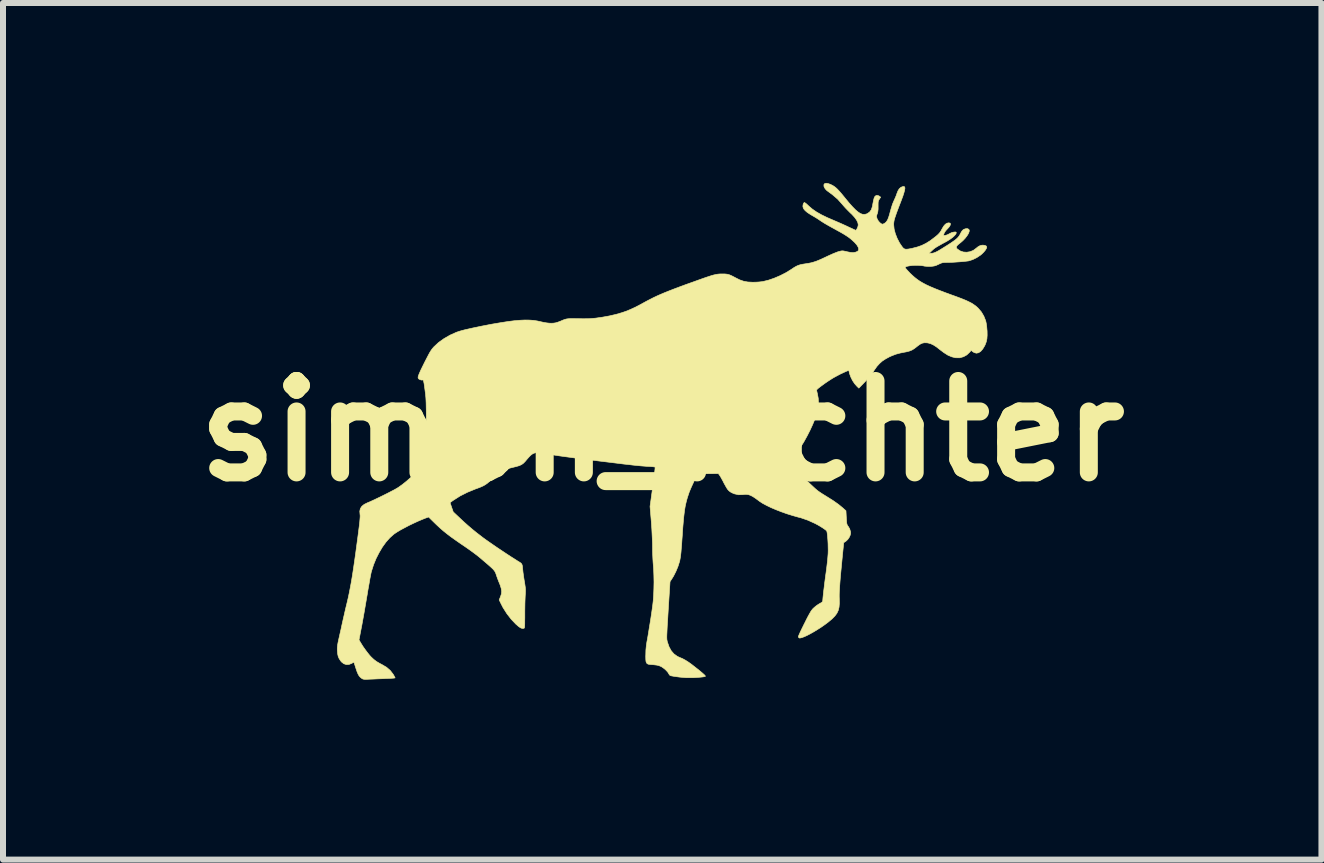
<source format=kicad_pcb>
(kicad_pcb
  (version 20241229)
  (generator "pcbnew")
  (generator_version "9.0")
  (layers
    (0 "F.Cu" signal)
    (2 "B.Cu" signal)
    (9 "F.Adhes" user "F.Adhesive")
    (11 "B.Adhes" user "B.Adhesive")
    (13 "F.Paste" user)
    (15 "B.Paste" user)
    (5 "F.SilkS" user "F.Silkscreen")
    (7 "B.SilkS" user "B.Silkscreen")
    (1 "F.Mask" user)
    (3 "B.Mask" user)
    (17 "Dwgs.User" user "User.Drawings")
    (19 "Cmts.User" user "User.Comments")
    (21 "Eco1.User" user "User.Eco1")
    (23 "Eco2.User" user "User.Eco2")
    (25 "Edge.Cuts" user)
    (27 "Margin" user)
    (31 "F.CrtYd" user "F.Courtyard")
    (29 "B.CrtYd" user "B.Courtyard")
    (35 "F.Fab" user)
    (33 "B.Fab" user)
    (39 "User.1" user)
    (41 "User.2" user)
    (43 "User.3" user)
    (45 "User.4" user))
  (footprint "simon_richter"
    (layer "F.Cu")
    (at 7.99 4.136)
    (property "Reference" "simon_richter" (at 0 0 0) (layer "F.SilkS") (effects (font (size 1.524 1.524) (thickness 0.3))))
    (attr through_hole)
    (fp_poly (pts (xy 2.765 -4.126) (xy 2.808 -4.111) (xy 2.815 -4.107) (xy 2.843 -4.093) (xy 2.868 -4.077) (xy 2.893 -4.058) (xy 2.92 -4.033) (xy 2.95 -4.001) (xy 2.986 -3.96) (xy 3.029 -3.908) (xy 3.058 -3.872) (xy 3.12 -3.797) (xy 3.175 -3.736) (xy 3.223 -3.687) (xy 3.265 -3.652) (xy 3.303 -3.627) (xy 3.338 -3.614) (xy 3.371 -3.611) (xy 3.402 -3.618) (xy 3.42 -3.625) (xy 3.459 -3.653) (xy 3.486 -3.69) (xy 3.502 -3.739) (xy 3.505 -3.749) (xy 3.511 -3.787) (xy 3.519 -3.827) (xy 3.522 -3.843) (xy 3.533 -3.886) (xy 3.547 -3.913) (xy 3.566 -3.926) (xy 3.581 -3.929) (xy 3.606 -3.923) (xy 3.624 -3.913) (xy 3.642 -3.898) (xy 3.62 -3.866) (xy 3.61 -3.849) (xy 3.604 -3.834) (xy 3.6 -3.814) (xy 3.599 -3.787) (xy 3.599 -3.747) (xy 3.599 -3.698) (xy 3.595 -3.662) (xy 3.589 -3.635) (xy 3.587 -3.63) (xy 3.578 -3.604) (xy 3.573 -3.58) (xy 3.573 -3.577) (xy 3.58 -3.545) (xy 3.598 -3.51) (xy 3.623 -3.479) (xy 3.637 -3.467) (xy 3.657 -3.453) (xy 3.67 -3.448) (xy 3.684 -3.452) (xy 3.696 -3.457) (xy 3.72 -3.472) (xy 3.74 -3.493) (xy 3.758 -3.522) (xy 3.774 -3.562) (xy 3.791 -3.616) (xy 3.796 -3.637) (xy 3.812 -3.695) (xy 3.826 -3.741) (xy 3.837 -3.777) (xy 3.849 -3.807) (xy 3.861 -3.835) (xy 3.871 -3.857) (xy 3.885 -3.888) (xy 3.901 -3.926) (xy 3.911 -3.956) (xy 3.93 -4.004) (xy 3.951 -4.038) (xy 3.975 -4.06) (xy 3.993 -4.069) (xy 4.016 -4.077) (xy 4.033 -4.076) (xy 4.043 -4.067) (xy 4.046 -4.047) (xy 4.041 -4.016) (xy 4.03 -3.973) (xy 4.012 -3.917) (xy 3.986 -3.847) (xy 3.98 -3.831) (xy 3.949 -3.751) (xy 3.924 -3.685) (xy 3.904 -3.631) (xy 3.889 -3.587) (xy 3.877 -3.552) (xy 3.869 -3.524) (xy 3.864 -3.5) (xy 3.861 -3.479) (xy 3.859 -3.46) (xy 3.859 -3.44) (xy 3.859 -3.437) (xy 3.866 -3.367) (xy 3.886 -3.291) (xy 3.917 -3.212) (xy 3.957 -3.135) (xy 3.997 -3.076) (xy 4.014 -3.055) (xy 4.03 -3.041) (xy 4.048 -3.033) (xy 4.071 -3.031) (xy 4.103 -3.034) (xy 4.147 -3.042) (xy 4.17 -3.047) (xy 4.252 -3.068) (xy 4.326 -3.094) (xy 4.397 -3.129) (xy 4.469 -3.174) (xy 4.544 -3.231) (xy 4.566 -3.248) (xy 4.6 -3.278) (xy 4.625 -3.305) (xy 4.646 -3.335) (xy 4.664 -3.369) (xy 4.692 -3.416) (xy 4.719 -3.447) (xy 4.746 -3.465) (xy 4.776 -3.471) (xy 4.778 -3.471) (xy 4.799 -3.466) (xy 4.806 -3.453) (xy 4.801 -3.431) (xy 4.783 -3.402) (xy 4.753 -3.368) (xy 4.746 -3.362) (xy 4.724 -3.337) (xy 4.706 -3.31) (xy 4.695 -3.286) (xy 4.691 -3.268) (xy 4.694 -3.262) (xy 4.707 -3.26) (xy 4.729 -3.264) (xy 4.756 -3.273) (xy 4.783 -3.287) (xy 4.789 -3.291) (xy 4.827 -3.309) (xy 4.862 -3.317) (xy 4.886 -3.319) (xy 4.898 -3.316) (xy 4.902 -3.309) (xy 4.902 -3.303) (xy 4.895 -3.284) (xy 4.874 -3.259) (xy 4.843 -3.23) (xy 4.802 -3.2) (xy 4.755 -3.17) (xy 4.725 -3.153) (xy 4.669 -3.123) (xy 4.625 -3.098) (xy 4.591 -3.079) (xy 4.565 -3.063) (xy 4.544 -3.049) (xy 4.527 -3.036) (xy 4.51 -3.021) (xy 4.497 -3.009) (xy 4.449 -2.964) (xy 4.487 -2.964) (xy 4.509 -2.965) (xy 4.531 -2.971) (xy 4.557 -2.981) (xy 4.59 -2.997) (xy 4.631 -3.021) (xy 4.678 -3.05) (xy 4.747 -3.093) (xy 4.803 -3.129) (xy 4.847 -3.159) (xy 4.882 -3.184) (xy 4.91 -3.207) (xy 4.931 -3.228) (xy 4.947 -3.248) (xy 4.961 -3.27) (xy 4.973 -3.294) (xy 4.991 -3.326) (xy 5.007 -3.347) (xy 5.026 -3.361) (xy 5.031 -3.364) (xy 5.063 -3.374) (xy 5.091 -3.374) (xy 5.111 -3.363) (xy 5.119 -3.349) (xy 5.117 -3.324) (xy 5.104 -3.291) (xy 5.081 -3.254) (xy 5.05 -3.214) (xy 5.013 -3.175) (xy 4.972 -3.139) (xy 4.961 -3.131) (xy 4.928 -3.104) (xy 4.909 -3.082) (xy 4.903 -3.064) (xy 4.909 -3.047) (xy 4.921 -3.034) (xy 4.967 -3.003) (xy 5.019 -2.985) (xy 5.076 -2.981) (xy 5.133 -2.99) (xy 5.187 -3.012) (xy 5.23 -3.044) (xy 5.266 -3.073) (xy 5.297 -3.09) (xy 5.328 -3.098) (xy 5.348 -3.099) (xy 5.38 -3.095) (xy 5.402 -3.084) (xy 5.41 -3.067) (xy 5.41 -3.066) (xy 5.404 -3.044) (xy 5.387 -3.016) (xy 5.361 -2.984) (xy 5.331 -2.954) (xy 5.306 -2.933) (xy 5.243 -2.891) (xy 5.178 -2.859) (xy 5.117 -2.839) (xy 5.105 -2.836) (xy 5.072 -2.832) (xy 5.026 -2.827) (xy 4.971 -2.822) (xy 4.912 -2.818) (xy 4.853 -2.814) (xy 4.797 -2.812) (xy 4.75 -2.811) (xy 4.746 -2.811) (xy 4.707 -2.81) (xy 4.679 -2.808) (xy 4.655 -2.801) (xy 4.628 -2.79) (xy 4.607 -2.78) (xy 4.568 -2.762) (xy 4.535 -2.752) (xy 4.5 -2.747) (xy 4.477 -2.745) (xy 4.425 -2.745) (xy 4.375 -2.749) (xy 4.358 -2.753) (xy 4.318 -2.759) (xy 4.272 -2.762) (xy 4.224 -2.763) (xy 4.175 -2.761) (xy 4.131 -2.756) (xy 4.093 -2.749) (xy 4.065 -2.741) (xy 4.05 -2.731) (xy 4.049 -2.729) (xy 4.054 -2.719) (xy 4.068 -2.701) (xy 4.091 -2.675) (xy 4.119 -2.645) (xy 4.129 -2.634) (xy 4.169 -2.596) (xy 4.209 -2.561) (xy 4.251 -2.528) (xy 4.296 -2.497) (xy 4.347 -2.467) (xy 4.404 -2.437) (xy 4.469 -2.407) (xy 4.545 -2.375) (xy 4.631 -2.341) (xy 4.731 -2.303) (xy 4.846 -2.261) (xy 4.847 -2.261) (xy 4.934 -2.229) (xy 5.007 -2.201) (xy 5.068 -2.176) (xy 5.118 -2.152) (xy 5.161 -2.13) (xy 5.197 -2.106) (xy 5.23 -2.082) (xy 5.26 -2.055) (xy 5.27 -2.045) (xy 5.321 -1.985) (xy 5.362 -1.915) (xy 5.391 -1.842) (xy 5.397 -1.819) (xy 5.403 -1.788) (xy 5.409 -1.746) (xy 5.413 -1.699) (xy 5.416 -1.668) (xy 5.417 -1.597) (xy 5.413 -1.538) (xy 5.402 -1.487) (xy 5.384 -1.439) (xy 5.376 -1.422) (xy 5.343 -1.367) (xy 5.309 -1.328) (xy 5.273 -1.305) (xy 5.237 -1.298) (xy 5.201 -1.308) (xy 5.174 -1.325) (xy 5.151 -1.345) (xy 5.121 -1.31) (xy 5.077 -1.269) (xy 5.023 -1.239) (xy 4.966 -1.223) (xy 4.953 -1.221) (xy 4.891 -1.222) (xy 4.828 -1.237) (xy 4.762 -1.265) (xy 4.693 -1.309) (xy 4.627 -1.359) (xy 4.571 -1.403) (xy 4.521 -1.435) (xy 4.476 -1.456) (xy 4.433 -1.468) (xy 4.412 -1.471) (xy 4.369 -1.472) (xy 4.332 -1.464) (xy 4.296 -1.446) (xy 4.255 -1.416) (xy 4.248 -1.41) (xy 4.203 -1.375) (xy 4.162 -1.35) (xy 4.119 -1.333) (xy 4.068 -1.32) (xy 4.045 -1.316) (xy 3.965 -1.3) (xy 3.895 -1.281) (xy 3.83 -1.256) (xy 3.789 -1.238) (xy 3.724 -1.203) (xy 3.669 -1.167) (xy 3.622 -1.125) (xy 3.578 -1.076) (xy 3.535 -1.015) (xy 3.514 -0.981) (xy 3.494 -0.953) (xy 3.465 -0.917) (xy 3.43 -0.876) (xy 3.393 -0.835) (xy 3.377 -0.818) (xy 3.278 -0.715) (xy 3.247 -0.745) (xy 3.208 -0.789) (xy 3.172 -0.843) (xy 3.143 -0.902) (xy 3.122 -0.96) (xy 3.114 -0.997) (xy 3.112 -1.005) (xy 3.108 -1.008) (xy 3.098 -1.007) (xy 3.081 -1.001) (xy 3.053 -0.989) (xy 3.021 -0.974) (xy 2.973 -0.952) (xy 2.92 -0.924) (xy 2.868 -0.896) (xy 2.842 -0.881) (xy 2.801 -0.855) (xy 2.758 -0.827) (xy 2.714 -0.797) (xy 2.673 -0.767) (xy 2.636 -0.74) (xy 2.605 -0.716) (xy 2.584 -0.697) (xy 2.574 -0.685) (xy 2.574 -0.684) (xy 2.576 -0.67) (xy 2.581 -0.646) (xy 2.586 -0.627) (xy 2.601 -0.546) (xy 2.605 -0.462) (xy 2.599 -0.381) (xy 2.595 -0.364) (xy 2.576 -0.288) (xy 2.547 -0.203) (xy 2.509 -0.111) (xy 2.465 -0.015) (xy 2.415 0.083) (xy 2.362 0.179) (xy 2.305 0.271) (xy 2.248 0.355) (xy 2.192 0.429) (xy 2.18 0.443) (xy 2.124 0.509) (xy 2.173 0.574) (xy 2.196 0.603) (xy 2.23 0.641) (xy 2.272 0.686) (xy 2.318 0.735) (xy 2.368 0.785) (xy 2.419 0.836) (xy 2.469 0.884) (xy 2.515 0.927) (xy 2.554 0.963) (xy 2.586 0.99) (xy 2.595 0.997) (xy 2.626 1.019) (xy 2.667 1.046) (xy 2.712 1.074) (xy 2.751 1.098) (xy 2.851 1.161) (xy 2.94 1.224) (xy 3.015 1.286) (xy 3.019 1.29) (xy 3.063 1.329) (xy 3.069 1.443) (xy 3.072 1.49) (xy 3.074 1.523) (xy 3.078 1.546) (xy 3.083 1.562) (xy 3.089 1.575) (xy 3.099 1.588) (xy 3.1 1.588) (xy 3.125 1.631) (xy 3.139 1.678) (xy 3.141 1.702) (xy 3.134 1.736) (xy 3.117 1.773) (xy 3.093 1.808) (xy 3.064 1.835) (xy 3.063 1.836) (xy 3.026 1.861) (xy 3.011 2.008) (xy 2.998 2.139) (xy 2.987 2.255) (xy 2.977 2.356) (xy 2.969 2.444) (xy 2.963 2.52) (xy 2.958 2.586) (xy 2.955 2.642) (xy 2.952 2.689) (xy 2.951 2.729) (xy 2.951 2.764) (xy 2.952 2.793) (xy 2.952 2.799) (xy 2.953 2.873) (xy 2.948 2.935) (xy 2.935 2.989) (xy 2.912 3.038) (xy 2.878 3.084) (xy 2.832 3.131) (xy 2.772 3.181) (xy 2.765 3.187) (xy 2.707 3.23) (xy 2.647 3.272) (xy 2.584 3.312) (xy 2.523 3.349) (xy 2.464 3.382) (xy 2.41 3.41) (xy 2.363 3.431) (xy 2.324 3.445) (xy 2.296 3.451) (xy 2.285 3.45) (xy 2.272 3.438) (xy 2.269 3.428) (xy 2.273 3.416) (xy 2.283 3.392) (xy 2.299 3.356) (xy 2.32 3.312) (xy 2.345 3.261) (xy 2.372 3.206) (xy 2.375 3.201) (xy 2.406 3.138) (xy 2.432 3.088) (xy 2.453 3.05) (xy 2.47 3.02) (xy 2.484 2.997) (xy 2.498 2.979) (xy 2.511 2.963) (xy 2.526 2.949) (xy 2.531 2.944) (xy 2.562 2.918) (xy 2.597 2.893) (xy 2.627 2.875) (xy 2.628 2.874) (xy 2.659 2.857) (xy 2.674 2.842) (xy 2.675 2.836) (xy 2.677 2.815) (xy 2.68 2.778) (xy 2.685 2.731) (xy 2.691 2.674) (xy 2.699 2.61) (xy 2.707 2.542) (xy 2.716 2.473) (xy 2.725 2.405) (xy 2.731 2.363) (xy 2.74 2.297) (xy 2.748 2.228) (xy 2.756 2.162) (xy 2.761 2.102) (xy 2.765 2.052) (xy 2.766 2.037) (xy 2.767 1.989) (xy 2.766 1.936) (xy 2.765 1.881) (xy 2.762 1.826) (xy 2.758 1.774) (xy 2.754 1.729) (xy 2.749 1.693) (xy 2.744 1.671) (xy 2.743 1.667) (xy 2.731 1.655) (xy 2.708 1.637) (xy 2.676 1.615) (xy 2.638 1.591) (xy 2.597 1.567) (xy 2.556 1.545) (xy 2.542 1.538) (xy 2.427 1.486) (xy 2.311 1.446) (xy 2.267 1.435) (xy 2.175 1.409) (xy 2.081 1.38) (xy 1.988 1.347) (xy 1.898 1.312) (xy 1.813 1.276) (xy 1.737 1.239) (xy 1.672 1.204) (xy 1.62 1.17) (xy 1.61 1.162) (xy 1.556 1.122) (xy 1.512 1.093) (xy 1.474 1.073) (xy 1.44 1.061) (xy 1.406 1.056) (xy 1.369 1.057) (xy 1.347 1.06) (xy 1.273 1.062) (xy 1.204 1.047) (xy 1.163 1.03) (xy 1.135 1.014) (xy 1.112 0.996) (xy 1.091 0.973) (xy 1.07 0.941) (xy 1.046 0.898) (xy 1.029 0.867) (xy 1.009 0.827) (xy 0.988 0.79) (xy 0.971 0.759) (xy 0.959 0.741) (xy 0.936 0.709) (xy 0.771 0.711) (xy 0.704 0.712) (xy 0.652 0.714) (xy 0.617 0.717) (xy 0.597 0.72) (xy 0.594 0.722) (xy 0.584 0.735) (xy 0.569 0.761) (xy 0.55 0.797) (xy 0.529 0.84) (xy 0.507 0.887) (xy 0.485 0.935) (xy 0.465 0.982) (xy 0.448 1.024) (xy 0.437 1.057) (xy 0.42 1.108) (xy 0.406 1.157) (xy 0.394 1.206) (xy 0.383 1.256) (xy 0.374 1.31) (xy 0.366 1.371) (xy 0.358 1.439) (xy 0.351 1.517) (xy 0.343 1.608) (xy 0.336 1.713) (xy 0.335 1.731) (xy 0.328 1.824) (xy 0.323 1.902) (xy 0.317 1.967) (xy 0.313 2.02) (xy 0.308 2.064) (xy 0.303 2.101) (xy 0.298 2.131) (xy 0.293 2.158) (xy 0.287 2.181) (xy 0.262 2.259) (xy 0.228 2.341) (xy 0.189 2.418) (xy 0.168 2.452) (xy 0.13 2.511) (xy 0.1 2.985) (xy 0.094 3.086) (xy 0.089 3.172) (xy 0.084 3.244) (xy 0.081 3.304) (xy 0.079 3.352) (xy 0.077 3.391) (xy 0.076 3.422) (xy 0.076 3.446) (xy 0.077 3.465) (xy 0.078 3.48) (xy 0.081 3.493) (xy 0.083 3.505) (xy 0.086 3.516) (xy 0.114 3.597) (xy 0.15 3.663) (xy 0.195 3.715) (xy 0.25 3.755) (xy 0.285 3.772) (xy 0.338 3.794) (xy 0.386 3.82) (xy 0.435 3.851) (xy 0.49 3.89) (xy 0.515 3.91) (xy 0.579 3.96) (xy 0.63 4.001) (xy 0.669 4.034) (xy 0.696 4.058) (xy 0.713 4.075) (xy 0.72 4.086) (xy 0.718 4.09) (xy 0.701 4.095) (xy 0.67 4.1) (xy 0.629 4.104) (xy 0.581 4.108) (xy 0.53 4.111) (xy 0.479 4.112) (xy 0.431 4.112) (xy 0.394 4.111) (xy 0.343 4.107) (xy 0.289 4.102) (xy 0.236 4.095) (xy 0.189 4.088) (xy 0.151 4.081) (xy 0.134 4.076) (xy 0.121 4.066) (xy 0.11 4.048) (xy 0.093 4.02) (xy 0.065 3.989) (xy 0.031 3.959) (xy -0.006 3.933) (xy -0.025 3.923) (xy -0.055 3.911) (xy -0.086 3.903) (xy -0.126 3.898) (xy -0.154 3.895) (xy -0.197 3.892) (xy -0.228 3.888) (xy -0.25 3.879) (xy -0.263 3.863) (xy -0.271 3.839) (xy -0.274 3.804) (xy -0.275 3.754) (xy -0.274 3.731) (xy -0.272 3.65) (xy -0.265 3.579) (xy -0.256 3.518) (xy -0.248 3.476) (xy -0.238 3.419) (xy -0.227 3.352) (xy -0.215 3.277) (xy -0.202 3.198) (xy -0.189 3.116) (xy -0.177 3.036) (xy -0.166 2.959) (xy -0.16 2.917) (xy -0.15 2.831) (xy -0.143 2.733) (xy -0.139 2.627) (xy -0.137 2.518) (xy -0.139 2.411) (xy -0.143 2.309) (xy -0.147 2.255) (xy -0.152 2.193) (xy -0.156 2.125) (xy -0.159 2.057) (xy -0.161 1.996) (xy -0.161 1.971) (xy -0.162 1.872) (xy -0.167 1.76) (xy -0.173 1.638) (xy -0.182 1.508) (xy -0.191 1.401) (xy -0.203 1.257) (xy -0.158 0.931) (xy -0.146 0.85) (xy -0.137 0.778) (xy -0.129 0.716) (xy -0.124 0.666) (xy -0.12 0.629) (xy -0.119 0.607) (xy -0.12 0.6) (xy -0.131 0.598) (xy -0.156 0.595) (xy -0.19 0.592) (xy -0.228 0.59) (xy -0.264 0.588) (xy -0.301 0.585) (xy -0.342 0.582) (xy -0.386 0.578) (xy -0.436 0.573) (xy -0.494 0.567) (xy -0.559 0.559) (xy -0.635 0.551) (xy -0.722 0.54) (xy -0.821 0.528) (xy -0.935 0.514) (xy -1.058 0.499) (xy -1.207 0.48) (xy -1.339 0.464) (xy -1.456 0.449) (xy -1.559 0.435) (xy -1.649 0.423) (xy -1.726 0.412) (xy -1.791 0.402) (xy -1.846 0.393) (xy -1.892 0.385) (xy -1.928 0.378) (xy -1.952 0.373) (xy -2.013 0.36) (xy -2.064 0.356) (xy -2.109 0.361) (xy -2.136 0.369) (xy -2.155 0.377) (xy -2.174 0.389) (xy -2.196 0.407) (xy -2.221 0.433) (xy -2.253 0.469) (xy -2.284 0.506) (xy -2.312 0.535) (xy -2.343 0.558) (xy -2.381 0.576) (xy -2.431 0.591) (xy -2.468 0.6) (xy -2.54 0.618) (xy -2.604 0.641) (xy -2.664 0.67) (xy -2.723 0.707) (xy -2.784 0.755) (xy -2.845 0.808) (xy -2.886 0.845) (xy -2.92 0.874) (xy -2.952 0.896) (xy -2.986 0.915) (xy -3.026 0.933) (xy -3.075 0.952) (xy -3.109 0.964) (xy -3.246 1.02) (xy -3.369 1.082) (xy -3.482 1.154) (xy -3.498 1.165) (xy -3.537 1.194) (xy -3.511 1.271) (xy -3.484 1.348) (xy -3.378 1.448) (xy -3.301 1.52) (xy -3.231 1.582) (xy -3.163 1.64) (xy -3.093 1.697) (xy -3.016 1.756) (xy -2.993 1.774) (xy -2.948 1.807) (xy -2.891 1.847) (xy -2.826 1.892) (xy -2.755 1.941) (xy -2.68 1.991) (xy -2.605 2.041) (xy -2.532 2.089) (xy -2.464 2.132) (xy -2.405 2.17) (xy -2.403 2.171) (xy -2.375 2.188) (xy -2.355 2.202) (xy -2.343 2.216) (xy -2.335 2.234) (xy -2.33 2.26) (xy -2.327 2.296) (xy -2.324 2.324) (xy -2.321 2.354) (xy -2.315 2.396) (xy -2.308 2.445) (xy -2.3 2.496) (xy -2.297 2.51) (xy -2.289 2.563) (xy -2.283 2.604) (xy -2.28 2.638) (xy -2.28 2.67) (xy -2.281 2.705) (xy -2.283 2.731) (xy -2.285 2.766) (xy -2.287 2.814) (xy -2.289 2.873) (xy -2.29 2.936) (xy -2.291 3.002) (xy -2.291 3.04) (xy -2.291 3.11) (xy -2.292 3.166) (xy -2.292 3.209) (xy -2.293 3.24) (xy -2.294 3.261) (xy -2.296 3.275) (xy -2.299 3.283) (xy -2.303 3.287) (xy -2.308 3.288) (xy -2.314 3.29) (xy -2.315 3.29) (xy -2.337 3.29) (xy -2.363 3.28) (xy -2.395 3.258) (xy -2.435 3.223) (xy -2.438 3.221) (xy -2.517 3.138) (xy -2.59 3.044) (xy -2.654 2.943) (xy -2.685 2.883) (xy -2.718 2.815) (xy -2.696 2.761) (xy -2.681 2.715) (xy -2.677 2.671) (xy -2.684 2.624) (xy -2.701 2.57) (xy -2.711 2.544) (xy -2.729 2.501) (xy -2.747 2.453) (xy -2.763 2.408) (xy -2.764 2.405) (xy -2.772 2.38) (xy -2.78 2.36) (xy -2.79 2.341) (xy -2.803 2.323) (xy -2.821 2.302) (xy -2.845 2.279) (xy -2.877 2.25) (xy -2.918 2.214) (xy -2.971 2.169) (xy -2.983 2.159) (xy -3.027 2.121) (xy -3.067 2.088) (xy -3.107 2.057) (xy -3.147 2.027) (xy -3.192 1.994) (xy -3.244 1.957) (xy -3.305 1.915) (xy -3.357 1.88) (xy -3.446 1.818) (xy -3.522 1.764) (xy -3.589 1.713) (xy -3.65 1.664) (xy -3.706 1.615) (xy -3.762 1.563) (xy -3.79 1.536) (xy -3.895 1.433) (xy -3.95 1.453) (xy -4.01 1.477) (xy -4.078 1.506) (xy -4.149 1.539) (xy -4.222 1.574) (xy -4.292 1.611) (xy -4.358 1.646) (xy -4.415 1.68) (xy -4.461 1.71) (xy -4.478 1.723) (xy -4.542 1.78) (xy -4.605 1.851) (xy -4.665 1.934) (xy -4.72 2.027) (xy -4.77 2.125) (xy -4.812 2.228) (xy -4.845 2.331) (xy -4.851 2.352) (xy -4.856 2.375) (xy -4.863 2.412) (xy -4.873 2.462) (xy -4.883 2.521) (xy -4.895 2.589) (xy -4.908 2.661) (xy -4.92 2.737) (xy -4.923 2.752) (xy -4.937 2.835) (xy -4.952 2.922) (xy -4.967 3.01) (xy -4.982 3.094) (xy -4.996 3.171) (xy -5.008 3.238) (xy -5.017 3.284) (xy -5.055 3.482) (xy -5.021 3.539) (xy -4.99 3.589) (xy -4.952 3.643) (xy -4.913 3.695) (xy -4.876 3.741) (xy -4.85 3.769) (xy -4.807 3.809) (xy -4.762 3.843) (xy -4.709 3.874) (xy -4.671 3.894) (xy -4.596 3.938) (xy -4.534 3.992) (xy -4.486 4.054) (xy -4.483 4.059) (xy -4.468 4.085) (xy -4.458 4.105) (xy -4.453 4.115) (xy -4.453 4.115) (xy -4.461 4.117) (xy -4.484 4.12) (xy -4.518 4.122) (xy -4.561 4.124) (xy -4.611 4.126) (xy -4.612 4.126) (xy -4.672 4.129) (xy -4.735 4.131) (xy -4.796 4.134) (xy -4.849 4.136) (xy -4.877 4.137) (xy -4.921 4.139) (xy -4.952 4.14) (xy -4.973 4.138) (xy -4.988 4.135) (xy -5.001 4.129) (xy -5.012 4.122) (xy -5.035 4.103) (xy -5.054 4.081) (xy -5.071 4.051) (xy -5.088 4.011) (xy -5.106 3.958) (xy -5.109 3.949) (xy -5.14 3.852) (xy -5.176 3.873) (xy -5.222 3.891) (xy -5.267 3.893) (xy -5.309 3.879) (xy -5.347 3.849) (xy -5.361 3.832) (xy -5.386 3.794) (xy -5.402 3.757) (xy -5.411 3.715) (xy -5.416 3.666) (xy -5.417 3.633) (xy -5.416 3.602) (xy -5.412 3.568) (xy -5.405 3.528) (xy -5.394 3.476) (xy -5.394 3.476) (xy -5.383 3.428) (xy -5.37 3.369) (xy -5.355 3.304) (xy -5.341 3.238) (xy -5.33 3.188) (xy -5.315 3.122) (xy -5.298 3.048) (xy -5.281 2.973) (xy -5.264 2.903) (xy -5.254 2.862) (xy -5.237 2.789) (xy -5.22 2.71) (xy -5.203 2.623) (xy -5.185 2.527) (xy -5.167 2.421) (xy -5.149 2.304) (xy -5.13 2.175) (xy -5.11 2.033) (xy -5.089 1.876) (xy -5.066 1.704) (xy -5.06 1.655) (xy -5.05 1.579) (xy -5.043 1.517) (xy -5.039 1.469) (xy -5.036 1.432) (xy -5.036 1.406) (xy -5.038 1.389) (xy -5.042 1.336) (xy -5.032 1.292) (xy -5.008 1.255) (xy -4.969 1.223) (xy -4.914 1.196) (xy -4.91 1.194) (xy -4.873 1.179) (xy -4.825 1.157) (xy -4.77 1.131) (xy -4.709 1.102) (xy -4.646 1.071) (xy -4.584 1.04) (xy -4.526 1.01) (xy -4.474 0.983) (xy -4.431 0.959) (xy -4.401 0.941) (xy -4.398 0.939) (xy -4.331 0.891) (xy -4.261 0.835) (xy -4.192 0.774) (xy -4.129 0.711) (xy -4.073 0.65) (xy -4.028 0.592) (xy -4.022 0.583) (xy -4.004 0.555) (xy -3.989 0.528) (xy -3.976 0.5) (xy -3.965 0.47) (xy -3.956 0.436) (xy -3.949 0.397) (xy -3.944 0.352) (xy -3.939 0.298) (xy -3.936 0.234) (xy -3.935 0.159) (xy -3.933 0.071) (xy -3.933 -0.032) (xy -3.933 -0.11) (xy -3.933 -0.209) (xy -3.933 -0.292) (xy -3.934 -0.362) (xy -3.935 -0.421) (xy -3.936 -0.471) (xy -3.938 -0.513) (xy -3.94 -0.55) (xy -3.943 -0.583) (xy -3.946 -0.615) (xy -3.948 -0.631) (xy -3.957 -0.699) (xy -3.964 -0.752) (xy -3.97 -0.792) (xy -3.976 -0.82) (xy -3.98 -0.838) (xy -3.985 -0.848) (xy -3.99 -0.852) (xy -3.994 -0.851) (xy -4.014 -0.85) (xy -4.038 -0.857) (xy -4.059 -0.869) (xy -4.068 -0.881) (xy -4.07 -0.892) (xy -4.069 -0.905) (xy -4.064 -0.923) (xy -4.055 -0.947) (xy -4.041 -0.98) (xy -4.022 -1.022) (xy -3.996 -1.075) (xy -3.963 -1.142) (xy -3.957 -1.154) (xy -3.925 -1.216) (xy -3.899 -1.266) (xy -3.878 -1.305) (xy -3.859 -1.336) (xy -3.843 -1.36) (xy -3.826 -1.381) (xy -3.809 -1.401) (xy -3.808 -1.402) (xy -3.73 -1.475) (xy -3.638 -1.541) (xy -3.537 -1.599) (xy -3.43 -1.647) (xy -3.382 -1.663) (xy -3.348 -1.673) (xy -3.299 -1.686) (xy -3.238 -1.7) (xy -3.168 -1.716) (xy -3.091 -1.732) (xy -3.01 -1.749) (xy -2.927 -1.765) (xy -2.845 -1.781) (xy -2.815 -1.786) (xy -2.685 -1.808) (xy -2.569 -1.826) (xy -2.466 -1.839) (xy -2.373 -1.847) (xy -2.291 -1.851) (xy -2.216 -1.85) (xy -2.146 -1.845) (xy -2.082 -1.835) (xy -2.019 -1.821) (xy -2.015 -1.82) (xy -1.974 -1.811) (xy -1.926 -1.803) (xy -1.881 -1.798) (xy -1.88 -1.798) (xy -1.843 -1.797) (xy -1.81 -1.799) (xy -1.777 -1.804) (xy -1.74 -1.815) (xy -1.695 -1.832) (xy -1.651 -1.851) (xy -1.632 -1.858) (xy -1.613 -1.864) (xy -1.592 -1.869) (xy -1.568 -1.872) (xy -1.537 -1.874) (xy -1.498 -1.874) (xy -1.448 -1.874) (xy -1.385 -1.873) (xy -1.317 -1.872) (xy -1.219 -1.873) (xy -1.111 -1.882) (xy -0.998 -1.898) (xy -0.882 -1.919) (xy -0.77 -1.945) (xy -0.673 -1.973) (xy -0.597 -1.999) (xy -0.523 -2.03) (xy -0.445 -2.066) (xy -0.359 -2.111) (xy -0.314 -2.136) (xy -0.257 -2.167) (xy -0.201 -2.196) (xy -0.146 -2.224) (xy -0.089 -2.251) (xy -0.028 -2.278) (xy 0.038 -2.306) (xy 0.111 -2.335) (xy 0.193 -2.367) (xy 0.286 -2.402) (xy 0.391 -2.441) (xy 0.501 -2.48) (xy 0.59 -2.512) (xy 0.665 -2.539) (xy 0.728 -2.561) (xy 0.78 -2.578) (xy 0.823 -2.592) (xy 0.859 -2.602) (xy 0.89 -2.609) (xy 0.916 -2.614) (xy 0.941 -2.617) (xy 0.966 -2.619) (xy 0.992 -2.619) (xy 0.995 -2.619) (xy 1.042 -2.619) (xy 1.081 -2.615) (xy 1.117 -2.606) (xy 1.155 -2.59) (xy 1.2 -2.567) (xy 1.228 -2.552) (xy 1.292 -2.52) (xy 1.356 -2.498) (xy 1.425 -2.485) (xy 1.504 -2.481) (xy 1.517 -2.481) (xy 1.565 -2.482) (xy 1.615 -2.485) (xy 1.661 -2.49) (xy 1.684 -2.494) (xy 1.774 -2.516) (xy 1.869 -2.549) (xy 1.967 -2.591) (xy 2.061 -2.639) (xy 2.149 -2.693) (xy 2.155 -2.697) (xy 2.198 -2.726) (xy 2.233 -2.746) (xy 2.265 -2.761) (xy 2.299 -2.772) (xy 2.34 -2.781) (xy 2.392 -2.789) (xy 2.398 -2.79) (xy 2.443 -2.797) (xy 2.483 -2.805) (xy 2.522 -2.816) (xy 2.563 -2.829) (xy 2.608 -2.847) (xy 2.661 -2.87) (xy 2.725 -2.9) (xy 2.748 -2.911) (xy 2.798 -2.934) (xy 2.847 -2.956) (xy 2.892 -2.974) (xy 2.928 -2.988) (xy 2.95 -2.994) (xy 2.977 -3.001) (xy 2.998 -3.004) (xy 3.019 -3.003) (xy 3.044 -2.998) (xy 3.08 -2.99) (xy 3.082 -2.989) (xy 3.138 -2.978) (xy 3.184 -2.975) (xy 3.224 -2.982) (xy 3.253 -2.994) (xy 3.272 -3.011) (xy 3.276 -3.036) (xy 3.266 -3.067) (xy 3.244 -3.103) (xy 3.209 -3.143) (xy 3.168 -3.181) (xy 3.137 -3.208) (xy 3.104 -3.233) (xy 3.068 -3.257) (xy 3.025 -3.284) (xy 2.975 -3.313) (xy 2.913 -3.347) (xy 2.857 -3.378) (xy 2.806 -3.406) (xy 2.755 -3.435) (xy 2.708 -3.462) (xy 2.67 -3.486) (xy 2.642 -3.504) (xy 2.639 -3.506) (xy 2.604 -3.53) (xy 2.567 -3.554) (xy 2.535 -3.573) (xy 2.533 -3.574) (xy 2.468 -3.612) (xy 2.418 -3.645) (xy 2.382 -3.676) (xy 2.358 -3.705) (xy 2.347 -3.734) (xy 2.345 -3.75) (xy 2.349 -3.777) (xy 2.357 -3.799) (xy 2.369 -3.81) (xy 2.372 -3.81) (xy 2.382 -3.804) (xy 2.401 -3.79) (xy 2.425 -3.768) (xy 2.446 -3.748) (xy 2.504 -3.699) (xy 2.574 -3.651) (xy 2.657 -3.604) (xy 2.754 -3.557) (xy 2.847 -3.517) (xy 2.889 -3.499) (xy 2.94 -3.477) (xy 2.997 -3.452) (xy 3.052 -3.427) (xy 3.078 -3.415) (xy 3.122 -3.394) (xy 3.162 -3.376) (xy 3.194 -3.361) (xy 3.216 -3.351) (xy 3.224 -3.347) (xy 3.233 -3.351) (xy 3.244 -3.367) (xy 3.256 -3.39) (xy 3.264 -3.415) (xy 3.268 -3.437) (xy 3.268 -3.438) (xy 3.261 -3.475) (xy 3.24 -3.518) (xy 3.206 -3.565) (xy 3.16 -3.615) (xy 3.135 -3.638) (xy 3.098 -3.675) (xy 3.059 -3.715) (xy 3.023 -3.755) (xy 3 -3.782) (xy 2.925 -3.866) (xy 2.835 -3.943) (xy 2.786 -3.979) (xy 2.744 -4.01) (xy 2.717 -4.039) (xy 2.701 -4.067) (xy 2.696 -4.082) (xy 2.696 -4.109) (xy 2.708 -4.125) (xy 2.732 -4.131) (xy 2.765 -4.126)) (stroke (width 0.01) (type solid)) (fill yes) (layer "F.SilkS")))
  (gr_rect
    (start -3 -3)
    (end 18.98 11.281)
    (stroke (width 0.1) (type default))
    (fill no)
    (layer "Edge.Cuts")))
</source>
